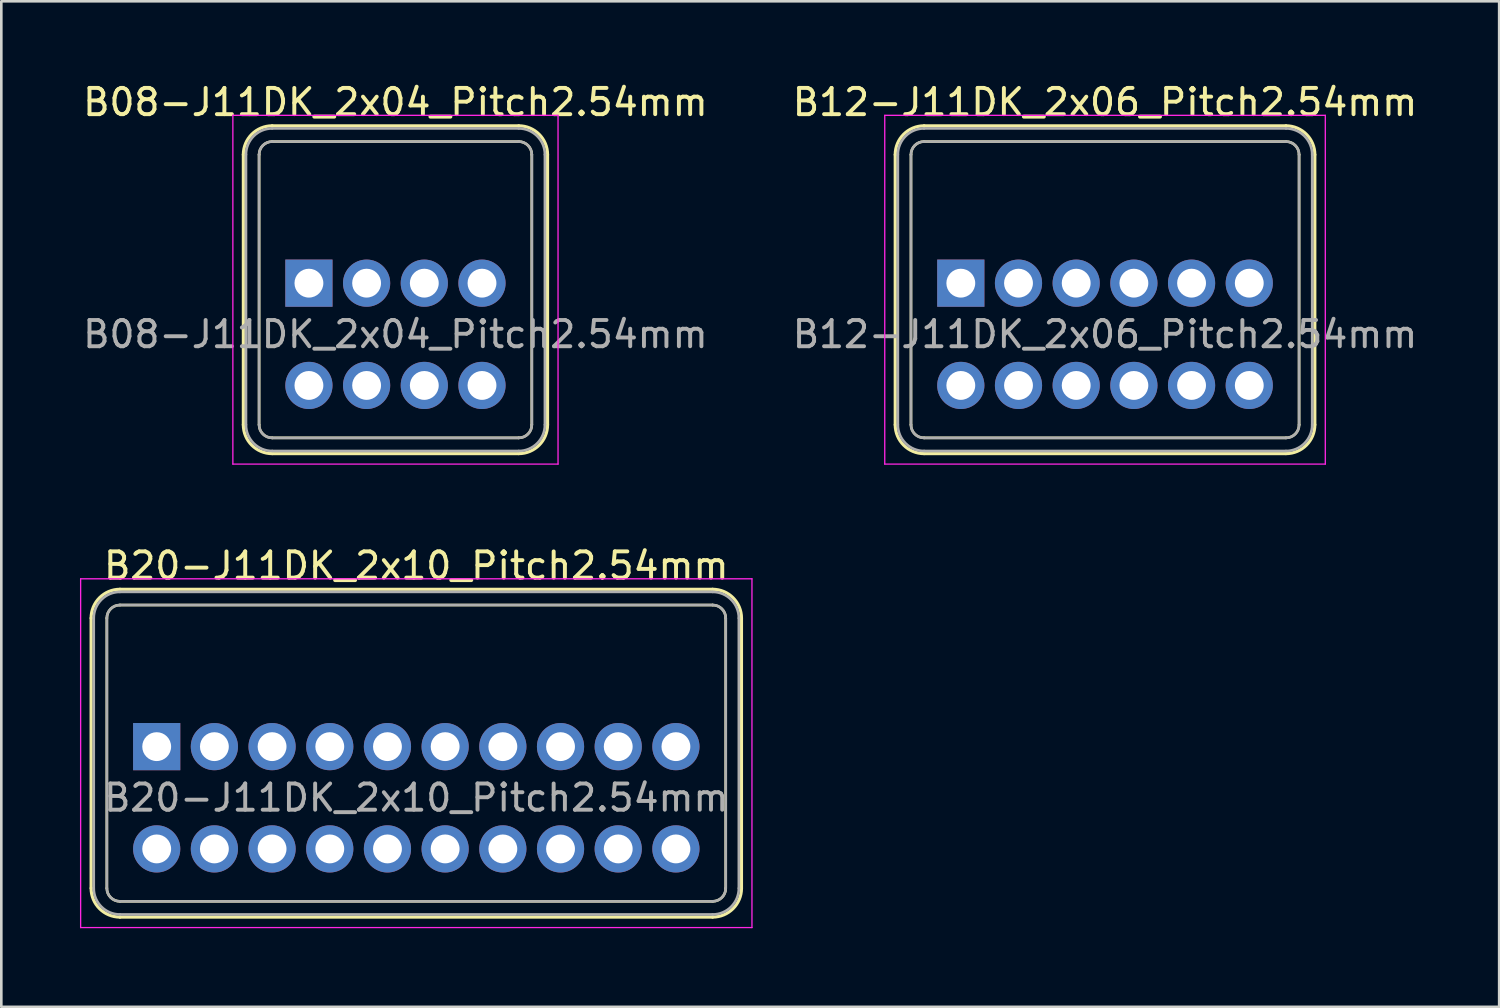
<source format=kicad_pcb>
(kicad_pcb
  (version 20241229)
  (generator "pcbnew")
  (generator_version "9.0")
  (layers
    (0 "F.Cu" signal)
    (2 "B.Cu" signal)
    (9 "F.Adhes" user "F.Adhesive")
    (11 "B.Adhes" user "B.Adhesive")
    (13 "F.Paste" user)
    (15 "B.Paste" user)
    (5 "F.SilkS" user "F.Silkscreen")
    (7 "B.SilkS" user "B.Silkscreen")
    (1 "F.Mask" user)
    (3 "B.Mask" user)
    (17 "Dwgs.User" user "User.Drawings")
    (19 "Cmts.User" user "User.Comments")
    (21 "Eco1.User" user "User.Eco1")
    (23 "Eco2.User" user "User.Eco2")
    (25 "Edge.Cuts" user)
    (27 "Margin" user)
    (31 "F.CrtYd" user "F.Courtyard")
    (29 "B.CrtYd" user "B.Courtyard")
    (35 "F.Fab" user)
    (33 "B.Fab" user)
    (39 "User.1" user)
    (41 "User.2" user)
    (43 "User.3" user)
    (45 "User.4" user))
  (footprint "B12-J11DK_2x06_Pitch2.54mm"
    (layer "F.Cu")
    (at 33.589 7.748)
    (property "Reference" "B12-J11DK_2x06_Pitch2.54mm" (at 5.5 -6.9 0) (layer "F.SilkS") (effects (font (size 1 1) (thickness 0.15))))
    (attr through_hole)
    (fp_line (start -2.5 -4.9) (end -2.5 5.4) (stroke (width 0.12) (type solid)) (layer "F.SilkS"))
    (fp_line (start -1.9 -4.9) (end -1.9 5.4) (stroke (width 0.1) (type solid)) (layer "F.SilkS"))
    (fp_line (start -1.4 -6) (end 12.4 -6) (stroke (width 0.12) (type solid)) (layer "F.SilkS"))
    (fp_line (start -1.4 -5.4) (end 12.4 -5.4) (stroke (width 0.1) (type solid)) (layer "F.SilkS"))
    (fp_line (start -1.4 5.9) (end 12.4 5.9) (stroke (width 0.1) (type solid)) (layer "F.SilkS"))
    (fp_line (start -1.4 6.5) (end 12.4 6.5) (stroke (width 0.12) (type solid)) (layer "F.SilkS"))
    (fp_line (start 12.9 -4.9) (end 12.9 5.4) (stroke (width 0.1) (type solid)) (layer "F.SilkS"))
    (fp_line (start 13.5 -4.9) (end 13.5 5.4) (stroke (width 0.12) (type solid)) (layer "F.SilkS"))
    (fp_arc (start -2.5 -4.9) (mid -2.177817 -5.677817) (end -1.4 -6) (stroke (width 0.12) (type solid)) (layer "F.SilkS"))
    (fp_arc (start -1.9 -4.9) (mid -1.753553 -5.253553) (end -1.4 -5.4) (stroke (width 0.1) (type solid)) (layer "F.SilkS"))
    (fp_arc (start -1.4 5.9) (mid -1.753553 5.753553) (end -1.9 5.4) (stroke (width 0.1) (type solid)) (layer "F.SilkS"))
    (fp_arc (start -1.4 6.5) (mid -2.177817 6.177817) (end -2.5 5.4) (stroke (width 0.12) (type solid)) (layer "F.SilkS"))
    (fp_arc (start 12.4 -6) (mid 13.177817 -5.677817) (end 13.5 -4.9) (stroke (width 0.12) (type solid)) (layer "F.SilkS"))
    (fp_arc (start 12.4 -5.4) (mid 12.753553 -5.253553) (end 12.9 -4.9) (stroke (width 0.1) (type solid)) (layer "F.SilkS"))
    (fp_arc (start 12.9 5.4) (mid 12.753553 5.753553) (end 12.4 5.9) (stroke (width 0.1) (type solid)) (layer "F.SilkS"))
    (fp_arc (start 13.5 5.4) (mid 13.177817 6.177817) (end 12.4 6.5) (stroke (width 0.12) (type solid)) (layer "F.SilkS"))
    (fp_line (start -2.9 -6.4) (end -2.9 6.9) (stroke (width 0.05) (type solid)) (layer "F.CrtYd"))
    (fp_line (start -2.9 6.9) (end 13.9 6.9) (stroke (width 0.05) (type solid)) (layer "F.CrtYd"))
    (fp_line (start 13.9 -6.4) (end -2.9 -6.4) (stroke (width 0.05) (type solid)) (layer "F.CrtYd"))
    (fp_line (start 13.9 6.9) (end 13.9 -6.4) (stroke (width 0.05) (type solid)) (layer "F.CrtYd"))
    (fp_line (start -2.4 -4.9) (end -2.4 5.4) (stroke (width 0.1) (type solid)) (layer "F.Fab"))
    (fp_line (start -1.9 -4.9) (end -1.9 5.4) (stroke (width 0.1) (type solid)) (layer "F.Fab"))
    (fp_line (start -1.4 -5.9) (end 12.4 -5.9) (stroke (width 0.1) (type solid)) (layer "F.Fab"))
    (fp_line (start -1.4 -5.4) (end 12.4 -5.4) (stroke (width 0.1) (type solid)) (layer "F.Fab"))
    (fp_line (start -1.4 5.9) (end 12.4 5.9) (stroke (width 0.1) (type solid)) (layer "F.Fab"))
    (fp_line (start -1.4 6.4) (end 12.4 6.4) (stroke (width 0.1) (type solid)) (layer "F.Fab"))
    (fp_line (start 12.9 -4.9) (end 12.9 5.4) (stroke (width 0.1) (type solid)) (layer "F.Fab"))
    (fp_line (start 13.4 -4.9) (end 13.4 5.4) (stroke (width 0.1) (type solid)) (layer "F.Fab"))
    (fp_arc (start -2.4 -4.9) (mid -2.107107 -5.607107) (end -1.4 -5.9) (stroke (width 0.1) (type solid)) (layer "F.Fab"))
    (fp_arc (start -1.9 -4.9) (mid -1.753553 -5.253553) (end -1.4 -5.4) (stroke (width 0.1) (type solid)) (layer "F.Fab"))
    (fp_arc (start -1.4 5.9) (mid -1.753553 5.753553) (end -1.9 5.4) (stroke (width 0.1) (type solid)) (layer "F.Fab"))
    (fp_arc (start -1.4 6.4) (mid -2.107107 6.107107) (end -2.4 5.4) (stroke (width 0.1) (type solid)) (layer "F.Fab"))
    (fp_arc (start 12.4 -5.9) (mid 13.107107 -5.607107) (end 13.4 -4.9) (stroke (width 0.1) (type solid)) (layer "F.Fab"))
    (fp_arc (start 12.4 -5.4) (mid 12.753553 -5.253553) (end 12.9 -4.9) (stroke (width 0.1) (type solid)) (layer "F.Fab"))
    (fp_arc (start 12.9 5.4) (mid 12.753553 5.753553) (end 12.4 5.9) (stroke (width 0.1) (type solid)) (layer "F.Fab"))
    (fp_arc (start 13.4 5.4) (mid 13.107107 6.107107) (end 12.4 6.4) (stroke (width 0.1) (type solid)) (layer "F.Fab"))
    (fp_text user "${REFERENCE}" (at 5.5 1.95 0) (layer "F.Fab") (effects (font (size 1 1) (thickness 0.15))))
    (pad "1" thru_hole rect (at 0 0) (size 1.8 1.8) (drill 1.1) (layers "*.Cu" "*.Mask"))
    (pad "2" thru_hole circle (at 0 3.9) (size 1.8 1.8) (drill 1.1) (layers "*.Cu" "*.Mask"))
    (pad "3" thru_hole circle (at 2.2 0) (size 1.8 1.8) (drill 1.1) (layers "*.Cu" "*.Mask"))
    (pad "4" thru_hole circle (at 2.2 3.9) (size 1.8 1.8) (drill 1.1) (layers "*.Cu" "*.Mask"))
    (pad "5" thru_hole circle (at 4.4 0) (size 1.8 1.8) (drill 1.1) (layers "*.Cu" "*.Mask"))
    (pad "6" thru_hole circle (at 4.4 3.9) (size 1.8 1.8) (drill 1.1) (layers "*.Cu" "*.Mask"))
    (pad "7" thru_hole circle (at 6.6 0) (size 1.8 1.8) (drill 1.1) (layers "*.Cu" "*.Mask"))
    (pad "8" thru_hole circle (at 6.6 3.9) (size 1.8 1.8) (drill 1.1) (layers "*.Cu" "*.Mask"))
    (pad "9" thru_hole circle (at 8.8 0) (size 1.8 1.8) (drill 1.1) (layers "*.Cu" "*.Mask"))
    (pad "10" thru_hole circle (at 8.8 3.9) (size 1.8 1.8) (drill 1.1) (layers "*.Cu" "*.Mask"))
    (pad "11" thru_hole circle (at 11 0) (size 1.8 1.8) (drill 1.1) (layers "*.Cu" "*.Mask"))
    (pad "12" thru_hole circle (at 11 3.9) (size 1.8 1.8) (drill 1.1) (layers "*.Cu" "*.Mask")))
  (footprint "B20-J11DK_2x10_Pitch2.54mm"
    (layer "F.Cu")
    (at 2.925 25.422)
    (property "Reference" "B20-J11DK_2x10_Pitch2.54mm" (at 9.9 -6.9 0) (layer "F.SilkS") (effects (font (size 1 1) (thickness 0.15))))
    (attr through_hole)
    (fp_line (start -2.5 -4.9) (end -2.5 5.4) (stroke (width 0.12) (type solid)) (layer "F.SilkS"))
    (fp_line (start -1.9 -4.9) (end -1.9 5.4) (stroke (width 0.1) (type solid)) (layer "F.SilkS"))
    (fp_line (start -1.4 -6) (end 21.2 -6) (stroke (width 0.12) (type solid)) (layer "F.SilkS"))
    (fp_line (start -1.4 -5.4) (end 21.2 -5.4) (stroke (width 0.1) (type solid)) (layer "F.SilkS"))
    (fp_line (start -1.4 5.9) (end 21.2 5.9) (stroke (width 0.1) (type solid)) (layer "F.SilkS"))
    (fp_line (start -1.4 6.5) (end 21.2 6.5) (stroke (width 0.12) (type solid)) (layer "F.SilkS"))
    (fp_line (start 21.7 -4.9) (end 21.7 5.4) (stroke (width 0.1) (type solid)) (layer "F.SilkS"))
    (fp_line (start 22.3 -4.9) (end 22.3 5.4) (stroke (width 0.12) (type solid)) (layer "F.SilkS"))
    (fp_arc (start -2.5 -4.9) (mid -2.177817 -5.677817) (end -1.4 -6) (stroke (width 0.12) (type solid)) (layer "F.SilkS"))
    (fp_arc (start -1.9 -4.9) (mid -1.753553 -5.253553) (end -1.4 -5.4) (stroke (width 0.1) (type solid)) (layer "F.SilkS"))
    (fp_arc (start -1.4 5.9) (mid -1.753553 5.753553) (end -1.9 5.4) (stroke (width 0.1) (type solid)) (layer "F.SilkS"))
    (fp_arc (start -1.4 6.5) (mid -2.177817 6.177817) (end -2.5 5.4) (stroke (width 0.12) (type solid)) (layer "F.SilkS"))
    (fp_arc (start 21.2 -6) (mid 21.977817 -5.677817) (end 22.3 -4.9) (stroke (width 0.12) (type solid)) (layer "F.SilkS"))
    (fp_arc (start 21.2 -5.4) (mid 21.553553 -5.253553) (end 21.7 -4.9) (stroke (width 0.1) (type solid)) (layer "F.SilkS"))
    (fp_arc (start 21.7 5.4) (mid 21.553553 5.753553) (end 21.2 5.9) (stroke (width 0.1) (type solid)) (layer "F.SilkS"))
    (fp_arc (start 22.3 5.4) (mid 21.977817 6.177817) (end 21.2 6.5) (stroke (width 0.12) (type solid)) (layer "F.SilkS"))
    (fp_line (start -2.9 -6.4) (end -2.9 6.9) (stroke (width 0.05) (type solid)) (layer "F.CrtYd"))
    (fp_line (start -2.9 6.9) (end 22.7 6.9) (stroke (width 0.05) (type solid)) (layer "F.CrtYd"))
    (fp_line (start 22.7 -6.4) (end -2.9 -6.4) (stroke (width 0.05) (type solid)) (layer "F.CrtYd"))
    (fp_line (start 22.7 6.9) (end 22.7 -6.4) (stroke (width 0.05) (type solid)) (layer "F.CrtYd"))
    (fp_line (start -2.4 -4.9) (end -2.4 5.4) (stroke (width 0.1) (type solid)) (layer "F.Fab"))
    (fp_line (start -1.9 -4.9) (end -1.9 5.4) (stroke (width 0.1) (type solid)) (layer "F.Fab"))
    (fp_line (start -1.4 -5.9) (end 21.2 -5.9) (stroke (width 0.1) (type solid)) (layer "F.Fab"))
    (fp_line (start -1.4 -5.4) (end 21.2 -5.4) (stroke (width 0.1) (type solid)) (layer "F.Fab"))
    (fp_line (start -1.4 5.9) (end 21.2 5.9) (stroke (width 0.1) (type solid)) (layer "F.Fab"))
    (fp_line (start -1.4 6.4) (end 21.2 6.4) (stroke (width 0.1) (type solid)) (layer "F.Fab"))
    (fp_line (start 21.7 -4.9) (end 21.7 5.4) (stroke (width 0.1) (type solid)) (layer "F.Fab"))
    (fp_line (start 22.2 -4.9) (end 22.2 5.4) (stroke (width 0.1) (type solid)) (layer "F.Fab"))
    (fp_arc (start -2.4 -4.9) (mid -2.107107 -5.607107) (end -1.4 -5.9) (stroke (width 0.1) (type solid)) (layer "F.Fab"))
    (fp_arc (start -1.9 -4.9) (mid -1.753553 -5.253553) (end -1.4 -5.4) (stroke (width 0.1) (type solid)) (layer "F.Fab"))
    (fp_arc (start -1.4 5.9) (mid -1.753553 5.753553) (end -1.9 5.4) (stroke (width 0.1) (type solid)) (layer "F.Fab"))
    (fp_arc (start -1.4 6.4) (mid -2.107107 6.107107) (end -2.4 5.4) (stroke (width 0.1) (type solid)) (layer "F.Fab"))
    (fp_arc (start 21.2 -5.9) (mid 21.907107 -5.607107) (end 22.2 -4.9) (stroke (width 0.1) (type solid)) (layer "F.Fab"))
    (fp_arc (start 21.2 -5.4) (mid 21.553553 -5.253553) (end 21.7 -4.9) (stroke (width 0.1) (type solid)) (layer "F.Fab"))
    (fp_arc (start 21.7 5.4) (mid 21.553553 5.753553) (end 21.2 5.9) (stroke (width 0.1) (type solid)) (layer "F.Fab"))
    (fp_arc (start 22.2 5.4) (mid 21.907107 6.107107) (end 21.2 6.4) (stroke (width 0.1) (type solid)) (layer "F.Fab"))
    (fp_text user "${REFERENCE}" (at 9.9 1.95 0) (layer "F.Fab") (effects (font (size 1 1) (thickness 0.15))))
    (pad "1" thru_hole rect (at 0 0) (size 1.8 1.8) (drill 1.1) (layers "*.Cu" "*.Mask"))
    (pad "2" thru_hole circle (at 0 3.9) (size 1.8 1.8) (drill 1.1) (layers "*.Cu" "*.Mask"))
    (pad "3" thru_hole circle (at 2.2 0) (size 1.8 1.8) (drill 1.1) (layers "*.Cu" "*.Mask"))
    (pad "4" thru_hole circle (at 2.2 3.9) (size 1.8 1.8) (drill 1.1) (layers "*.Cu" "*.Mask"))
    (pad "5" thru_hole circle (at 4.4 0) (size 1.8 1.8) (drill 1.1) (layers "*.Cu" "*.Mask"))
    (pad "6" thru_hole circle (at 4.4 3.9) (size 1.8 1.8) (drill 1.1) (layers "*.Cu" "*.Mask"))
    (pad "7" thru_hole circle (at 6.6 0) (size 1.8 1.8) (drill 1.1) (layers "*.Cu" "*.Mask"))
    (pad "8" thru_hole circle (at 6.6 3.9) (size 1.8 1.8) (drill 1.1) (layers "*.Cu" "*.Mask"))
    (pad "9" thru_hole circle (at 8.8 0) (size 1.8 1.8) (drill 1.1) (layers "*.Cu" "*.Mask"))
    (pad "10" thru_hole circle (at 8.8 3.9) (size 1.8 1.8) (drill 1.1) (layers "*.Cu" "*.Mask"))
    (pad "11" thru_hole circle (at 11 0) (size 1.8 1.8) (drill 1.1) (layers "*.Cu" "*.Mask"))
    (pad "12" thru_hole circle (at 11 3.9) (size 1.8 1.8) (drill 1.1) (layers "*.Cu" "*.Mask"))
    (pad "13" thru_hole circle (at 13.2 0) (size 1.8 1.8) (drill 1.1) (layers "*.Cu" "*.Mask"))
    (pad "14" thru_hole circle (at 13.2 3.9) (size 1.8 1.8) (drill 1.1) (layers "*.Cu" "*.Mask"))
    (pad "15" thru_hole circle (at 15.4 0) (size 1.8 1.8) (drill 1.1) (layers "*.Cu" "*.Mask"))
    (pad "16" thru_hole circle (at 15.4 3.9) (size 1.8 1.8) (drill 1.1) (layers "*.Cu" "*.Mask"))
    (pad "17" thru_hole circle (at 17.6 0) (size 1.8 1.8) (drill 1.1) (layers "*.Cu" "*.Mask"))
    (pad "18" thru_hole circle (at 17.6 3.9) (size 1.8 1.8) (drill 1.1) (layers "*.Cu" "*.Mask"))
    (pad "19" thru_hole circle (at 19.8 0) (size 1.8 1.8) (drill 1.1) (layers "*.Cu" "*.Mask"))
    (pad "20" thru_hole circle (at 19.8 3.9) (size 1.8 1.8) (drill 1.1) (layers "*.Cu" "*.Mask")))
  (footprint "B08-J11DK_2x04_Pitch2.54mm"
    (layer "F.Cu")
    (at 8.73 7.748)
    (property "Reference" "B08-J11DK_2x04_Pitch2.54mm" (at 3.3 -6.9 0) (layer "F.SilkS") (effects (font (size 1 1) (thickness 0.15))))
    (attr through_hole)
    (fp_line (start -2.5 -4.9) (end -2.5 5.4) (stroke (width 0.12) (type solid)) (layer "F.SilkS"))
    (fp_line (start -1.9 -4.9) (end -1.9 5.4) (stroke (width 0.1) (type solid)) (layer "F.SilkS"))
    (fp_line (start -1.4 -6) (end 8 -6) (stroke (width 0.12) (type solid)) (layer "F.SilkS"))
    (fp_line (start -1.4 -5.4) (end 8 -5.4) (stroke (width 0.1) (type solid)) (layer "F.SilkS"))
    (fp_line (start -1.4 5.9) (end 8 5.9) (stroke (width 0.1) (type solid)) (layer "F.SilkS"))
    (fp_line (start -1.4 6.5) (end 8 6.5) (stroke (width 0.12) (type solid)) (layer "F.SilkS"))
    (fp_line (start 8.5 -4.9) (end 8.5 5.4) (stroke (width 0.1) (type solid)) (layer "F.SilkS"))
    (fp_line (start 9.1 -4.9) (end 9.1 5.4) (stroke (width 0.12) (type solid)) (layer "F.SilkS"))
    (fp_arc (start -2.5 -4.9) (mid -2.177817 -5.677817) (end -1.4 -6) (stroke (width 0.12) (type solid)) (layer "F.SilkS"))
    (fp_arc (start -1.9 -4.9) (mid -1.753553 -5.253553) (end -1.4 -5.4) (stroke (width 0.1) (type solid)) (layer "F.SilkS"))
    (fp_arc (start -1.4 5.9) (mid -1.753553 5.753553) (end -1.9 5.4) (stroke (width 0.1) (type solid)) (layer "F.SilkS"))
    (fp_arc (start -1.4 6.5) (mid -2.177817 6.177817) (end -2.5 5.4) (stroke (width 0.12) (type solid)) (layer "F.SilkS"))
    (fp_arc (start 8 -6) (mid 8.777817 -5.677817) (end 9.1 -4.9) (stroke (width 0.12) (type solid)) (layer "F.SilkS"))
    (fp_arc (start 8 -5.4) (mid 8.353553 -5.253553) (end 8.5 -4.9) (stroke (width 0.1) (type solid)) (layer "F.SilkS"))
    (fp_arc (start 8.5 5.4) (mid 8.353553 5.753553) (end 8 5.9) (stroke (width 0.1) (type solid)) (layer "F.SilkS"))
    (fp_arc (start 9.1 5.4) (mid 8.777817 6.177817) (end 8 6.5) (stroke (width 0.12) (type solid)) (layer "F.SilkS"))
    (fp_line (start -2.9 -6.4) (end -2.9 6.9) (stroke (width 0.05) (type solid)) (layer "F.CrtYd"))
    (fp_line (start -2.9 6.9) (end 9.5 6.9) (stroke (width 0.05) (type solid)) (layer "F.CrtYd"))
    (fp_line (start 9.5 -6.4) (end -2.9 -6.4) (stroke (width 0.05) (type solid)) (layer "F.CrtYd"))
    (fp_line (start 9.5 6.9) (end 9.5 -6.4) (stroke (width 0.05) (type solid)) (layer "F.CrtYd"))
    (fp_line (start -2.4 -4.9) (end -2.4 5.4) (stroke (width 0.1) (type solid)) (layer "F.Fab"))
    (fp_line (start -1.9 -4.9) (end -1.9 5.4) (stroke (width 0.1) (type solid)) (layer "F.Fab"))
    (fp_line (start -1.4 -5.9) (end 8 -5.9) (stroke (width 0.1) (type solid)) (layer "F.Fab"))
    (fp_line (start -1.4 -5.4) (end 8 -5.4) (stroke (width 0.1) (type solid)) (layer "F.Fab"))
    (fp_line (start -1.4 5.9) (end 8 5.9) (stroke (width 0.1) (type solid)) (layer "F.Fab"))
    (fp_line (start -1.4 6.4) (end 8 6.4) (stroke (width 0.1) (type solid)) (layer "F.Fab"))
    (fp_line (start 8.5 -4.9) (end 8.5 5.4) (stroke (width 0.1) (type solid)) (layer "F.Fab"))
    (fp_line (start 9 -4.9) (end 9 5.4) (stroke (width 0.1) (type solid)) (layer "F.Fab"))
    (fp_arc (start -2.4 -4.9) (mid -2.107107 -5.607107) (end -1.4 -5.9) (stroke (width 0.1) (type solid)) (layer "F.Fab"))
    (fp_arc (start -1.9 -4.9) (mid -1.753553 -5.253553) (end -1.4 -5.4) (stroke (width 0.1) (type solid)) (layer "F.Fab"))
    (fp_arc (start -1.4 5.9) (mid -1.753553 5.753553) (end -1.9 5.4) (stroke (width 0.1) (type solid)) (layer "F.Fab"))
    (fp_arc (start -1.4 6.4) (mid -2.107107 6.107107) (end -2.4 5.4) (stroke (width 0.1) (type solid)) (layer "F.Fab"))
    (fp_arc (start 8 -5.9) (mid 8.707107 -5.607107) (end 9 -4.9) (stroke (width 0.1) (type solid)) (layer "F.Fab"))
    (fp_arc (start 8 -5.4) (mid 8.353553 -5.253553) (end 8.5 -4.9) (stroke (width 0.1) (type solid)) (layer "F.Fab"))
    (fp_arc (start 8.5 5.4) (mid 8.353553 5.753553) (end 8 5.9) (stroke (width 0.1) (type solid)) (layer "F.Fab"))
    (fp_arc (start 9 5.4) (mid 8.707107 6.107107) (end 8 6.4) (stroke (width 0.1) (type solid)) (layer "F.Fab"))
    (fp_text user "${REFERENCE}" (at 3.3 1.95 0) (layer "F.Fab") (effects (font (size 1 1) (thickness 0.15))))
    (pad "1" thru_hole rect (at 0 0) (size 1.8 1.8) (drill 1.1) (layers "*.Cu" "*.Mask"))
    (pad "2" thru_hole circle (at 0 3.9) (size 1.8 1.8) (drill 1.1) (layers "*.Cu" "*.Mask"))
    (pad "3" thru_hole circle (at 2.2 0) (size 1.8 1.8) (drill 1.1) (layers "*.Cu" "*.Mask"))
    (pad "4" thru_hole circle (at 2.2 3.9) (size 1.8 1.8) (drill 1.1) (layers "*.Cu" "*.Mask"))
    (pad "5" thru_hole circle (at 4.4 0) (size 1.8 1.8) (drill 1.1) (layers "*.Cu" "*.Mask"))
    (pad "6" thru_hole circle (at 4.4 3.9) (size 1.8 1.8) (drill 1.1) (layers "*.Cu" "*.Mask"))
    (pad "7" thru_hole circle (at 6.6 0) (size 1.8 1.8) (drill 1.1) (layers "*.Cu" "*.Mask"))
    (pad "8" thru_hole circle (at 6.6 3.9) (size 1.8 1.8) (drill 1.1) (layers "*.Cu" "*.Mask")))
  (gr_rect
    (start -3 -3)
    (end 54.119 35.346)
    (stroke (width 0.1) (type default))
    (fill no)
    (layer "Edge.Cuts")))
</source>
